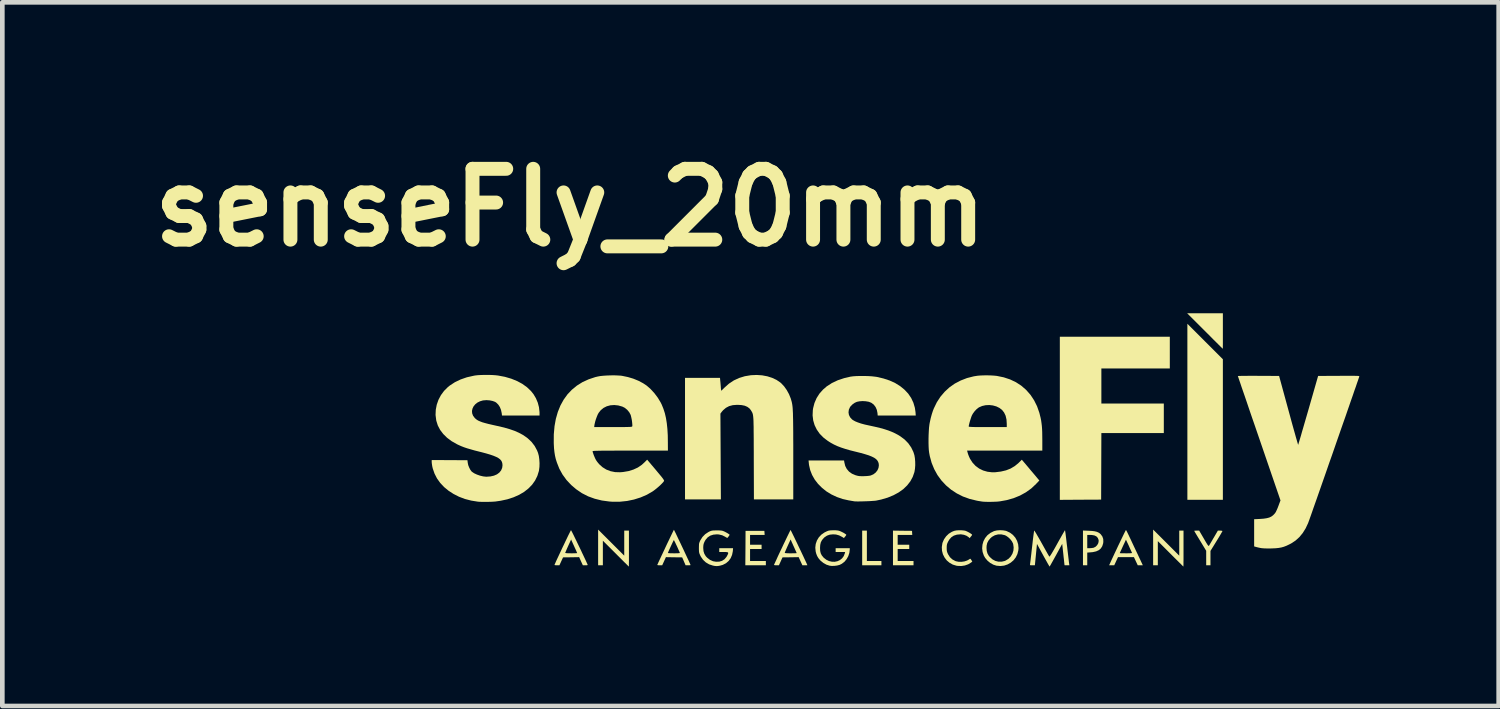
<source format=kicad_pcb>
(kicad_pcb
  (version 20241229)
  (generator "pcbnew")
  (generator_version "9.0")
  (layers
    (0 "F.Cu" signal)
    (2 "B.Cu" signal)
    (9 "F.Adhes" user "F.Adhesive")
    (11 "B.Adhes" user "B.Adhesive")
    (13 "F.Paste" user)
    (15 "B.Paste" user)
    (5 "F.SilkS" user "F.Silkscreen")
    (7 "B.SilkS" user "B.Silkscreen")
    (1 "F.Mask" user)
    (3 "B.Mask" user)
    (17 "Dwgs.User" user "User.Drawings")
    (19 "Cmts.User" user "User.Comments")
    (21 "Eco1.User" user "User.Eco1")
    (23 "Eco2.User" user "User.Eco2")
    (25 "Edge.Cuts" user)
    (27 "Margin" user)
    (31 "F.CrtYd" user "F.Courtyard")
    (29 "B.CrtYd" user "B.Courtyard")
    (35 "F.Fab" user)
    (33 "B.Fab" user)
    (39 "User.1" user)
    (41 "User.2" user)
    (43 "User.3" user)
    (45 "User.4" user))
  (footprint "senseFly_20mm"
    (layer "F.Cu")
    (at 16.224 6.418)
    (property "Reference" "senseFly_20mm" (at -7 -5 0) (layer "F.SilkS") (effects (font (size 1.524 1.524) (thickness 0.3))))
    (attr board_only exclude_from_pos_files exclude_from_bom)
    (fp_poly (pts (xy 6.663 -2.118) (xy 7.045 -1.736) (xy 7.045 1.289) (xy 6.281 1.289) (xy 6.281 -2.5)) (stroke (width 0) (type solid)) (fill yes) (layer "F.SilkS"))
    (fp_poly (pts (xy -0.617 2.606) (xy -0.304 2.606) (xy -0.304 2.698) (xy -0.718 2.698) (xy -0.718 1.952) (xy -0.617 1.952)) (stroke (width 0) (type solid)) (fill yes) (layer "F.SilkS"))
    (fp_poly (pts (xy 5.903 -1.538) (xy 4.43 -1.538) (xy 4.43 -0.783) (xy 5.774 -0.783) (xy 5.774 -0.147) (xy 4.43 -0.147) (xy 4.425 1.285) (xy 3.981 1.287) (xy 3.536 1.29) (xy 3.536 -2.22) (xy 5.903 -2.22)) (stroke (width 0) (type solid)) (fill yes) (layer "F.SilkS"))
    (fp_poly (pts (xy -2.82 2.001) (xy -2.817 2.045) (xy -3.131 2.045) (xy -3.131 2.256) (xy -2.883 2.256) (xy -2.883 2.348) (xy -3.131 2.348) (xy -3.131 2.606) (xy -2.791 2.606) (xy -2.791 2.698) (xy -3.233 2.698) (xy -3.23 2.328) (xy -3.228 1.957) (xy -2.823 1.957)) (stroke (width 0) (type solid)) (fill yes) (layer "F.SilkS"))
    (fp_poly (pts (xy 0.15 1.955) (xy 0.355 1.957) (xy 0.357 2.001) (xy 0.36 2.045) (xy 0.046 2.045) (xy 0.046 2.256) (xy 0.295 2.256) (xy 0.295 2.348) (xy 0.046 2.348) (xy 0.046 2.606) (xy 0.387 2.606) (xy 0.387 2.698) (xy -0.055 2.698) (xy -0.055 1.952)) (stroke (width 0) (type solid)) (fill yes) (layer "F.SilkS"))
    (fp_poly (pts (xy 7.045 -2.344) (xy 7.045 -2.262) (xy 7.045 -2.186) (xy 7.045 -2.118) (xy 7.045 -2.06) (xy 7.044 -2.014) (xy 7.044 -1.981) (xy 7.043 -1.964) (xy 7.043 -1.962) (xy 7.036 -1.968) (xy 7.018 -1.986) (xy 6.988 -2.015) (xy 6.949 -2.054) (xy 6.902 -2.101) (xy 6.847 -2.155) (xy 6.787 -2.216) (xy 6.721 -2.282) (xy 6.659 -2.344) (xy 6.276 -2.726) (xy 7.045 -2.726)) (stroke (width 0) (type solid)) (fill yes) (layer "F.SilkS"))
    (fp_poly (pts (xy -6.12 2.21) (xy -5.839 2.491) (xy -5.839 1.952) (xy -5.738 1.952) (xy -5.738 2.339) (xy -5.738 2.422) (xy -5.738 2.498) (xy -5.738 2.567) (xy -5.738 2.625) (xy -5.739 2.672) (xy -5.739 2.706) (xy -5.74 2.723) (xy -5.74 2.726) (xy -5.747 2.72) (xy -5.765 2.702) (xy -5.794 2.673) (xy -5.832 2.636) (xy -5.877 2.591) (xy -5.929 2.539) (xy -5.985 2.483) (xy -6.021 2.447) (xy -6.299 2.169) (xy -6.299 2.698) (xy -6.401 2.698) (xy -6.401 1.93)) (stroke (width 0) (type solid)) (fill yes) (layer "F.SilkS"))
    (fp_poly (pts (xy 5.825 2.21) (xy 6.106 2.491) (xy 6.106 1.952) (xy 6.198 1.952) (xy 6.198 2.339) (xy 6.198 2.422) (xy 6.198 2.498) (xy 6.198 2.567) (xy 6.197 2.625) (xy 6.197 2.672) (xy 6.196 2.706) (xy 6.196 2.723) (xy 6.196 2.726) (xy 6.189 2.72) (xy 6.17 2.702) (xy 6.142 2.673) (xy 6.104 2.636) (xy 6.059 2.591) (xy 6.007 2.54) (xy 5.951 2.484) (xy 5.919 2.452) (xy 5.645 2.178) (xy 5.645 2.698) (xy 5.544 2.698) (xy 5.544 1.93)) (stroke (width 0) (type solid)) (fill yes) (layer "F.SilkS"))
    (fp_poly (pts (xy 4.156 1.955) (xy 4.228 1.959) (xy 4.284 1.966) (xy 4.329 1.977) (xy 4.365 1.992) (xy 4.396 2.012) (xy 4.416 2.03) (xy 4.451 2.078) (xy 4.47 2.133) (xy 4.472 2.196) (xy 4.468 2.227) (xy 4.449 2.287) (xy 4.418 2.336) (xy 4.374 2.373) (xy 4.317 2.399) (xy 4.245 2.415) (xy 4.202 2.419) (xy 4.126 2.425) (xy 4.126 2.698) (xy 4.034 2.698) (xy 4.034 2.045) (xy 4.126 2.045) (xy 4.126 2.33) (xy 4.18 2.33) (xy 4.216 2.328) (xy 4.249 2.323) (xy 4.265 2.32) (xy 4.308 2.297) (xy 4.341 2.263) (xy 4.364 2.221) (xy 4.372 2.176) (xy 4.37 2.152) (xy 4.353 2.109) (xy 4.324 2.077) (xy 4.281 2.056) (xy 4.224 2.046) (xy 4.193 2.045) (xy 4.126 2.045) (xy 4.034 2.045) (xy 4.034 1.95)) (stroke (width 0) (type solid)) (fill yes) (layer "F.SilkS"))
    (fp_poly (pts (xy 6.635 2.123) (xy 6.668 2.18) (xy 6.693 2.222) (xy 6.712 2.252) (xy 6.725 2.27) (xy 6.735 2.28) (xy 6.741 2.281) (xy 6.746 2.278) (xy 6.746 2.278) (xy 6.754 2.265) (xy 6.769 2.239) (xy 6.791 2.202) (xy 6.817 2.158) (xy 6.845 2.109) (xy 6.847 2.107) (xy 6.937 1.952) (xy 6.987 1.952) (xy 7.014 1.954) (xy 7.032 1.958) (xy 7.036 1.962) (xy 7.031 1.972) (xy 7.018 1.995) (xy 6.998 2.03) (xy 6.972 2.074) (xy 6.941 2.125) (xy 6.907 2.18) (xy 6.778 2.389) (xy 6.778 2.698) (xy 6.686 2.698) (xy 6.686 2.386) (xy 6.557 2.173) (xy 6.523 2.117) (xy 6.492 2.066) (xy 6.466 2.023) (xy 6.446 1.989) (xy 6.433 1.966) (xy 6.428 1.957) (xy 6.428 1.957) (xy 6.437 1.954) (xy 6.458 1.953) (xy 6.482 1.952) (xy 6.535 1.952)) (stroke (width 0) (type solid)) (fill yes) (layer "F.SilkS"))
    (fp_poly (pts (xy 4.961 1.941) (xy 4.965 1.947) (xy 4.972 1.959) (xy 4.982 1.978) (xy 4.995 2.004) (xy 5.012 2.039) (xy 5.033 2.084) (xy 5.06 2.14) (xy 5.092 2.209) (xy 5.13 2.29) (xy 5.175 2.385) (xy 5.227 2.495) (xy 5.25 2.544) (xy 5.322 2.698) (xy 5.213 2.698) (xy 5.172 2.611) (xy 5.131 2.523) (xy 4.788 2.523) (xy 4.707 2.698) (xy 4.597 2.698) (xy 4.621 2.645) (xy 4.652 2.577) (xy 4.686 2.504) (xy 4.717 2.437) (xy 4.826 2.437) (xy 4.834 2.438) (xy 4.858 2.439) (xy 4.894 2.44) (xy 4.939 2.44) (xy 4.96 2.441) (xy 5.007 2.44) (xy 5.046 2.439) (xy 5.075 2.437) (xy 5.089 2.435) (xy 5.09 2.434) (xy 5.086 2.423) (xy 5.075 2.399) (xy 5.059 2.364) (xy 5.039 2.321) (xy 5.024 2.286) (xy 5.003 2.24) (xy 4.984 2.201) (xy 4.97 2.17) (xy 4.961 2.152) (xy 4.959 2.148) (xy 4.954 2.157) (xy 4.944 2.179) (xy 4.929 2.212) (xy 4.911 2.25) (xy 4.891 2.293) (xy 4.872 2.335) (xy 4.854 2.374) (xy 4.839 2.406) (xy 4.829 2.428) (xy 4.826 2.437) (xy 4.826 2.437) (xy 4.717 2.437) (xy 4.721 2.429) (xy 4.757 2.353) (xy 4.792 2.278) (xy 4.827 2.206) (xy 4.859 2.139) (xy 4.888 2.079) (xy 4.913 2.027) (xy 4.934 1.985) (xy 4.949 1.956) (xy 4.957 1.941) (xy 4.959 1.939)) (stroke (width 0) (type solid)) (fill yes) (layer "F.SilkS"))
    (fp_poly (pts (xy 1.421 1.945) (xy 1.474 1.95) (xy 1.505 1.956) (xy 1.531 1.967) (xy 1.562 1.982) (xy 1.594 2) (xy 1.621 2.017) (xy 1.641 2.032) (xy 1.648 2.042) (xy 1.643 2.053) (xy 1.629 2.072) (xy 1.621 2.081) (xy 1.595 2.114) (xy 1.573 2.093) (xy 1.528 2.063) (xy 1.472 2.042) (xy 1.409 2.032) (xy 1.395 2.032) (xy 1.319 2.039) (xy 1.254 2.06) (xy 1.2 2.096) (xy 1.155 2.148) (xy 1.131 2.19) (xy 1.115 2.224) (xy 1.106 2.253) (xy 1.102 2.284) (xy 1.101 2.325) (xy 1.102 2.366) (xy 1.106 2.397) (xy 1.115 2.426) (xy 1.13 2.46) (xy 1.131 2.462) (xy 1.171 2.524) (xy 1.223 2.572) (xy 1.286 2.606) (xy 1.299 2.611) (xy 1.357 2.623) (xy 1.419 2.624) (xy 1.482 2.615) (xy 1.54 2.596) (xy 1.587 2.57) (xy 1.595 2.563) (xy 1.605 2.557) (xy 1.614 2.561) (xy 1.627 2.578) (xy 1.631 2.584) (xy 1.652 2.618) (xy 1.625 2.64) (xy 1.564 2.677) (xy 1.493 2.702) (xy 1.416 2.714) (xy 1.337 2.711) (xy 1.31 2.707) (xy 1.231 2.683) (xy 1.162 2.644) (xy 1.102 2.593) (xy 1.055 2.531) (xy 1.02 2.462) (xy 1 2.386) (xy 0.996 2.307) (xy 1.008 2.226) (xy 1.013 2.208) (xy 1.044 2.138) (xy 1.089 2.074) (xy 1.146 2.019) (xy 1.212 1.978) (xy 1.264 1.957) (xy 1.309 1.948) (xy 1.364 1.944)) (stroke (width 0) (type solid)) (fill yes) (layer "F.SilkS"))
    (fp_poly (pts (xy 2.312 1.946) (xy 2.372 1.956) (xy 2.388 1.961) (xy 2.462 1.996) (xy 2.526 2.044) (xy 2.578 2.104) (xy 2.616 2.173) (xy 2.639 2.248) (xy 2.647 2.328) (xy 2.643 2.376) (xy 2.623 2.456) (xy 2.588 2.528) (xy 2.54 2.59) (xy 2.48 2.641) (xy 2.412 2.68) (xy 2.337 2.705) (xy 2.257 2.714) (xy 2.174 2.707) (xy 2.173 2.707) (xy 2.105 2.685) (xy 2.038 2.648) (xy 1.979 2.599) (xy 1.93 2.541) (xy 1.901 2.491) (xy 1.874 2.412) (xy 1.864 2.333) (xy 1.865 2.325) (xy 1.958 2.325) (xy 1.963 2.39) (xy 1.979 2.445) (xy 2.007 2.494) (xy 2.031 2.522) (xy 2.086 2.571) (xy 2.148 2.604) (xy 2.215 2.621) (xy 2.283 2.621) (xy 2.351 2.605) (xy 2.371 2.596) (xy 2.432 2.558) (xy 2.48 2.508) (xy 2.516 2.448) (xy 2.537 2.382) (xy 2.542 2.313) (xy 2.532 2.242) (xy 2.526 2.224) (xy 2.503 2.18) (xy 2.467 2.134) (xy 2.424 2.094) (xy 2.378 2.062) (xy 2.348 2.049) (xy 2.276 2.033) (xy 2.205 2.034) (xy 2.137 2.052) (xy 2.076 2.086) (xy 2.042 2.116) (xy 2 2.167) (xy 1.973 2.219) (xy 1.96 2.278) (xy 1.958 2.325) (xy 1.865 2.325) (xy 1.871 2.255) (xy 1.892 2.181) (xy 1.928 2.112) (xy 1.977 2.052) (xy 2.039 2.003) (xy 2.112 1.966) (xy 2.124 1.961) (xy 2.181 1.948) (xy 2.246 1.943)) (stroke (width 0) (type solid)) (fill yes) (layer "F.SilkS"))
    (fp_poly (pts (xy -1.289 1.945) (xy -1.239 1.95) (xy -1.214 1.956) (xy -1.187 1.966) (xy -1.155 1.981) (xy -1.121 1.998) (xy -1.092 2.016) (xy -1.07 2.031) (xy -1.059 2.042) (xy -1.059 2.043) (xy -1.065 2.054) (xy -1.078 2.072) (xy -1.085 2.081) (xy -1.111 2.112) (xy -1.147 2.089) (xy -1.213 2.055) (xy -1.28 2.036) (xy -1.345 2.032) (xy -1.415 2.039) (xy -1.475 2.06) (xy -1.529 2.096) (xy -1.544 2.111) (xy -1.582 2.155) (xy -1.608 2.204) (xy -1.621 2.26) (xy -1.625 2.325) (xy -1.622 2.389) (xy -1.61 2.44) (xy -1.588 2.484) (xy -1.553 2.527) (xy -1.546 2.535) (xy -1.491 2.578) (xy -1.432 2.607) (xy -1.371 2.621) (xy -1.31 2.623) (xy -1.251 2.611) (xy -1.197 2.586) (xy -1.151 2.549) (xy -1.115 2.501) (xy -1.092 2.442) (xy -1.091 2.438) (xy -1.085 2.413) (xy -1.289 2.413) (xy -1.289 2.33) (xy -0.985 2.33) (xy -0.985 2.357) (xy -0.994 2.431) (xy -1.017 2.501) (xy -1.053 2.566) (xy -1.099 2.622) (xy -1.155 2.665) (xy -1.202 2.689) (xy -1.256 2.703) (xy -1.316 2.711) (xy -1.376 2.712) (xy -1.418 2.707) (xy -1.487 2.685) (xy -1.553 2.648) (xy -1.611 2.601) (xy -1.621 2.591) (xy -1.661 2.543) (xy -1.688 2.497) (xy -1.708 2.445) (xy -1.719 2.401) (xy -1.727 2.319) (xy -1.718 2.24) (xy -1.692 2.165) (xy -1.652 2.098) (xy -1.597 2.039) (xy -1.53 1.992) (xy -1.512 1.983) (xy -1.477 1.966) (xy -1.449 1.955) (xy -1.421 1.949) (xy -1.385 1.946) (xy -1.353 1.945)) (stroke (width 0) (type solid)) (fill yes) (layer "F.SilkS"))
    (fp_poly (pts (xy -2.254 1.947) (xy -2.243 1.969) (xy -2.225 2.005) (xy -2.203 2.05) (xy -2.176 2.105) (xy -2.147 2.166) (xy -2.115 2.232) (xy -2.083 2.3) (xy -2.05 2.368) (xy -2.018 2.436) (xy -1.988 2.499) (xy -1.961 2.557) (xy -1.937 2.608) (xy -1.918 2.649) (xy -1.905 2.678) (xy -1.898 2.694) (xy -1.897 2.696) (xy -1.906 2.697) (xy -1.927 2.698) (xy -1.951 2.698) (xy -2.005 2.698) (xy -2.045 2.611) (xy -2.085 2.523) (xy -2.259 2.526) (xy -2.433 2.528) (xy -2.471 2.613) (xy -2.51 2.698) (xy -2.563 2.698) (xy -2.591 2.697) (xy -2.61 2.694) (xy -2.616 2.691) (xy -2.612 2.681) (xy -2.601 2.656) (xy -2.584 2.619) (xy -2.562 2.572) (xy -2.537 2.516) (xy -2.508 2.454) (xy -2.497 2.431) (xy -2.385 2.431) (xy -2.376 2.435) (xy -2.35 2.438) (xy -2.307 2.44) (xy -2.256 2.441) (xy -2.21 2.44) (xy -2.171 2.44) (xy -2.143 2.438) (xy -2.128 2.437) (xy -2.127 2.437) (xy -2.131 2.427) (xy -2.141 2.404) (xy -2.156 2.371) (xy -2.174 2.331) (xy -2.179 2.319) (xy -2.2 2.274) (xy -2.218 2.233) (xy -2.234 2.199) (xy -2.243 2.176) (xy -2.244 2.174) (xy -2.258 2.143) (xy -2.322 2.282) (xy -2.343 2.329) (xy -2.361 2.371) (xy -2.375 2.403) (xy -2.383 2.425) (xy -2.385 2.431) (xy -2.497 2.431) (xy -2.477 2.388) (xy -2.444 2.32) (xy -2.412 2.251) (xy -2.38 2.185) (xy -2.35 2.122) (xy -2.323 2.066) (xy -2.299 2.017) (xy -2.28 1.978) (xy -2.267 1.952) (xy -2.26 1.939) (xy -2.259 1.939)) (stroke (width 0) (type solid)) (fill yes) (layer "F.SilkS"))
    (fp_poly (pts (xy -6.98 1.95) (xy -6.968 1.972) (xy -6.95 2.007) (xy -6.927 2.053) (xy -6.901 2.107) (xy -6.871 2.168) (xy -6.84 2.233) (xy -6.807 2.301) (xy -6.774 2.369) (xy -6.743 2.436) (xy -6.713 2.499) (xy -6.686 2.556) (xy -6.663 2.605) (xy -6.645 2.645) (xy -6.632 2.673) (xy -6.628 2.684) (xy -6.627 2.692) (xy -6.637 2.697) (xy -6.659 2.698) (xy -6.676 2.698) (xy -6.73 2.698) (xy -6.77 2.611) (xy -6.809 2.523) (xy -6.983 2.526) (xy -7.156 2.528) (xy -7.195 2.613) (xy -7.234 2.698) (xy -7.287 2.698) (xy -7.316 2.697) (xy -7.335 2.694) (xy -7.34 2.691) (xy -7.336 2.68) (xy -7.325 2.655) (xy -7.309 2.618) (xy -7.287 2.57) (xy -7.261 2.515) (xy -7.232 2.453) (xy -7.222 2.432) (xy -7.11 2.432) (xy -7.101 2.435) (xy -7.077 2.438) (xy -7.041 2.44) (xy -6.995 2.44) (xy -6.981 2.441) (xy -6.935 2.44) (xy -6.896 2.439) (xy -6.867 2.438) (xy -6.853 2.436) (xy -6.852 2.436) (xy -6.856 2.426) (xy -6.866 2.403) (xy -6.88 2.369) (xy -6.899 2.329) (xy -6.904 2.318) (xy -6.924 2.273) (xy -6.943 2.232) (xy -6.958 2.198) (xy -6.968 2.176) (xy -6.969 2.175) (xy -6.982 2.143) (xy -7.046 2.283) (xy -7.067 2.33) (xy -7.085 2.372) (xy -7.099 2.405) (xy -7.108 2.426) (xy -7.11 2.432) (xy -7.222 2.432) (xy -7.201 2.387) (xy -7.169 2.318) (xy -7.136 2.25) (xy -7.105 2.184) (xy -7.075 2.122) (xy -7.048 2.065) (xy -7.024 2.017) (xy -7.005 1.979) (xy -6.992 1.954) (xy -6.985 1.942) (xy -6.985 1.942)) (stroke (width 0) (type solid)) (fill yes) (layer "F.SilkS"))
    (fp_poly (pts (xy -4.765 1.942) (xy -4.754 1.965) (xy -4.736 2) (xy -4.714 2.046) (xy -4.688 2.101) (xy -4.659 2.162) (xy -4.627 2.228) (xy -4.595 2.296) (xy -4.562 2.365) (xy -4.531 2.432) (xy -4.501 2.496) (xy -4.474 2.554) (xy -4.45 2.604) (xy -4.432 2.645) (xy -4.419 2.675) (xy -4.412 2.691) (xy -4.411 2.693) (xy -4.42 2.696) (xy -4.441 2.698) (xy -4.465 2.698) (xy -4.519 2.698) (xy -4.555 2.613) (xy -4.592 2.528) (xy -4.767 2.526) (xy -4.942 2.523) (xy -4.982 2.611) (xy -5.022 2.698) (xy -5.076 2.698) (xy -5.105 2.697) (xy -5.123 2.694) (xy -5.128 2.69) (xy -5.121 2.675) (xy -5.108 2.645) (xy -5.089 2.604) (xy -5.065 2.553) (xy -5.038 2.495) (xy -5.009 2.434) (xy -4.9 2.434) (xy -4.891 2.436) (xy -4.867 2.438) (xy -4.831 2.44) (xy -4.787 2.44) (xy -4.771 2.441) (xy -4.724 2.44) (xy -4.685 2.439) (xy -4.657 2.437) (xy -4.643 2.435) (xy -4.642 2.434) (xy -4.645 2.423) (xy -4.655 2.399) (xy -4.67 2.366) (xy -4.687 2.327) (xy -4.706 2.285) (xy -4.726 2.244) (xy -4.743 2.207) (xy -4.758 2.178) (xy -4.767 2.16) (xy -4.771 2.155) (xy -4.776 2.163) (xy -4.787 2.184) (xy -4.802 2.216) (xy -4.82 2.254) (xy -4.839 2.295) (xy -4.858 2.337) (xy -4.875 2.374) (xy -4.889 2.406) (xy -4.897 2.427) (xy -4.9 2.434) (xy -5.009 2.434) (xy -5.008 2.431) (xy -4.976 2.364) (xy -4.944 2.295) (xy -4.912 2.227) (xy -4.88 2.161) (xy -4.851 2.1) (xy -4.825 2.046) (xy -4.803 2) (xy -4.786 1.965) (xy -4.774 1.942) (xy -4.77 1.934)) (stroke (width 0) (type solid)) (fill yes) (layer "F.SilkS"))
    (fp_poly (pts (xy -2.871 -1.39) (xy -2.759 -1.369) (xy -2.656 -1.336) (xy -2.562 -1.292) (xy -2.481 -1.237) (xy -2.46 -1.219) (xy -2.398 -1.153) (xy -2.342 -1.074) (xy -2.293 -0.985) (xy -2.255 -0.891) (xy -2.234 -0.818) (xy -2.229 -0.794) (xy -2.224 -0.768) (xy -2.22 -0.74) (xy -2.216 -0.707) (xy -2.213 -0.668) (xy -2.211 -0.624) (xy -2.208 -0.572) (xy -2.207 -0.511) (xy -2.205 -0.441) (xy -2.204 -0.359) (xy -2.203 -0.266) (xy -2.202 -0.159) (xy -2.202 -0.038) (xy -2.201 0.098) (xy -2.201 0.251) (xy -2.201 0.366) (xy -2.201 1.28) (xy -3.048 1.28) (xy -3.051 0.394) (xy -3.051 0.242) (xy -3.052 0.108) (xy -3.052 -0.011) (xy -3.053 -0.114) (xy -3.054 -0.203) (xy -3.054 -0.28) (xy -3.056 -0.345) (xy -3.057 -0.4) (xy -3.059 -0.446) (xy -3.062 -0.484) (xy -3.065 -0.514) (xy -3.069 -0.539) (xy -3.073 -0.559) (xy -3.079 -0.576) (xy -3.085 -0.591) (xy -3.092 -0.604) (xy -3.1 -0.617) (xy -3.109 -0.632) (xy -3.11 -0.635) (xy -3.145 -0.679) (xy -3.19 -0.712) (xy -3.245 -0.736) (xy -3.314 -0.75) (xy -3.397 -0.755) (xy -3.413 -0.755) (xy -3.503 -0.748) (xy -3.582 -0.727) (xy -3.65 -0.691) (xy -3.71 -0.64) (xy -3.738 -0.608) (xy -3.769 -0.566) (xy -3.759 1.28) (xy -4.531 1.28) (xy -4.531 -1.335) (xy -3.778 -1.335) (xy -3.773 -1.278) (xy -3.769 -1.24) (xy -3.765 -1.193) (xy -3.761 -1.146) (xy -3.761 -1.14) (xy -3.758 -1.104) (xy -3.754 -1.076) (xy -3.752 -1.061) (xy -3.751 -1.059) (xy -3.743 -1.065) (xy -3.725 -1.082) (xy -3.701 -1.106) (xy -3.681 -1.126) (xy -3.585 -1.211) (xy -3.481 -1.28) (xy -3.367 -1.333) (xy -3.243 -1.371) (xy -3.11 -1.393) (xy -3.107 -1.393) (xy -2.987 -1.398)) (stroke (width 0) (type solid)) (fill yes) (layer "F.SilkS"))
    (fp_poly (pts (xy -3.797 1.948) (xy -3.763 1.95) (xy -3.737 1.953) (xy -3.715 1.959) (xy -3.691 1.969) (xy -3.675 1.976) (xy -3.641 1.994) (xy -3.611 2.011) (xy -3.592 2.024) (xy -3.569 2.042) (xy -3.592 2.076) (xy -3.607 2.096) (xy -3.619 2.108) (xy -3.622 2.109) (xy -3.633 2.104) (xy -3.654 2.093) (xy -3.663 2.086) (xy -3.729 2.053) (xy -3.801 2.035) (xy -3.845 2.032) (xy -3.921 2.039) (xy -3.987 2.06) (xy -4.043 2.097) (xy -4.088 2.149) (xy -4.113 2.194) (xy -4.127 2.229) (xy -4.135 2.26) (xy -4.138 2.296) (xy -4.139 2.325) (xy -4.133 2.394) (xy -4.115 2.451) (xy -4.084 2.503) (xy -4.054 2.535) (xy -3.995 2.581) (xy -3.928 2.611) (xy -3.864 2.622) (xy -3.794 2.62) (xy -3.733 2.602) (xy -3.681 2.568) (xy -3.64 2.52) (xy -3.626 2.496) (xy -3.609 2.462) (xy -3.601 2.438) (xy -3.604 2.424) (xy -3.619 2.416) (xy -3.649 2.413) (xy -3.696 2.413) (xy -3.794 2.413) (xy -3.794 2.33) (xy -3.497 2.33) (xy -3.502 2.395) (xy -3.518 2.474) (xy -3.548 2.545) (xy -3.592 2.605) (xy -3.649 2.654) (xy -3.717 2.689) (xy -3.78 2.707) (xy -3.823 2.714) (xy -3.858 2.715) (xy -3.893 2.712) (xy -3.932 2.704) (xy -4.012 2.678) (xy -4.083 2.636) (xy -4.143 2.58) (xy -4.191 2.511) (xy -4.202 2.489) (xy -4.215 2.46) (xy -4.224 2.436) (xy -4.229 2.411) (xy -4.231 2.381) (xy -4.232 2.339) (xy -4.232 2.325) (xy -4.231 2.28) (xy -4.23 2.247) (xy -4.226 2.222) (xy -4.218 2.199) (xy -4.207 2.173) (xy -4.201 2.161) (xy -4.156 2.09) (xy -4.097 2.029) (xy -4.026 1.982) (xy -4.018 1.978) (xy -3.991 1.965) (xy -3.968 1.957) (xy -3.946 1.952) (xy -3.919 1.949) (xy -3.881 1.948) (xy -3.845 1.948)) (stroke (width 0) (type solid)) (fill yes) (layer "F.SilkS"))
    (fp_poly (pts (xy 3.649 1.952) (xy 3.653 1.977) (xy 3.659 2.017) (xy 3.665 2.068) (xy 3.673 2.131) (xy 3.681 2.201) (xy 3.69 2.278) (xy 3.692 2.291) (xy 3.701 2.37) (xy 3.71 2.445) (xy 3.718 2.512) (xy 3.725 2.57) (xy 3.73 2.617) (xy 3.734 2.65) (xy 3.737 2.668) (xy 3.737 2.668) (xy 3.741 2.698) (xy 3.69 2.698) (xy 3.661 2.698) (xy 3.642 2.697) (xy 3.637 2.696) (xy 3.636 2.687) (xy 3.633 2.661) (xy 3.629 2.623) (xy 3.624 2.574) (xy 3.617 2.516) (xy 3.612 2.465) (xy 3.587 2.237) (xy 3.454 2.481) (xy 3.42 2.542) (xy 3.389 2.598) (xy 3.362 2.646) (xy 3.341 2.684) (xy 3.325 2.711) (xy 3.317 2.724) (xy 3.315 2.726) (xy 3.31 2.718) (xy 3.297 2.696) (xy 3.277 2.662) (xy 3.252 2.617) (xy 3.223 2.565) (xy 3.19 2.506) (xy 3.177 2.482) (xy 3.044 2.238) (xy 2.999 2.698) (xy 2.944 2.698) (xy 2.914 2.698) (xy 2.899 2.696) (xy 2.893 2.689) (xy 2.895 2.676) (xy 2.895 2.673) (xy 2.897 2.658) (xy 2.901 2.628) (xy 2.907 2.583) (xy 2.913 2.526) (xy 2.921 2.46) (xy 2.929 2.387) (xy 2.938 2.309) (xy 2.939 2.302) (xy 2.948 2.225) (xy 2.956 2.152) (xy 2.964 2.088) (xy 2.971 2.034) (xy 2.977 1.991) (xy 2.981 1.963) (xy 2.984 1.95) (xy 2.984 1.95) (xy 2.99 1.956) (xy 3.003 1.976) (xy 3.024 2.009) (xy 3.049 2.053) (xy 3.08 2.106) (xy 3.114 2.166) (xy 3.145 2.221) (xy 3.182 2.287) (xy 3.216 2.348) (xy 3.246 2.402) (xy 3.272 2.448) (xy 3.292 2.482) (xy 3.305 2.504) (xy 3.31 2.511) (xy 3.315 2.51) (xy 3.325 2.498) (xy 3.341 2.475) (xy 3.363 2.44) (xy 3.391 2.392) (xy 3.427 2.33) (xy 3.47 2.253) (xy 3.481 2.233) (xy 3.518 2.166) (xy 3.553 2.105) (xy 3.583 2.051) (xy 3.609 2.006) (xy 3.629 1.972) (xy 3.642 1.95) (xy 3.647 1.943)) (stroke (width 0) (type solid)) (fill yes) (layer "F.SilkS"))
    (fp_poly (pts (xy 9.853 -1.38) (xy 9.897 -1.379) (xy 9.929 -1.379) (xy 9.952 -1.377) (xy 9.968 -1.376) (xy 9.977 -1.373) (xy 9.981 -1.37) (xy 9.981 -1.367) (xy 9.981 -1.365) (xy 9.977 -1.352) (xy 9.967 -1.323) (xy 9.952 -1.278) (xy 9.931 -1.219) (xy 9.907 -1.147) (xy 9.877 -1.064) (xy 9.845 -0.969) (xy 9.808 -0.864) (xy 9.769 -0.751) (xy 9.727 -0.63) (xy 9.683 -0.502) (xy 9.636 -0.369) (xy 9.588 -0.232) (xy 9.539 -0.091) (xy 9.489 0.052) (xy 9.439 0.197) (xy 9.389 0.341) (xy 9.338 0.484) (xy 9.289 0.626) (xy 9.241 0.764) (xy 9.194 0.898) (xy 9.149 1.027) (xy 9.106 1.149) (xy 9.066 1.264) (xy 9.028 1.371) (xy 8.994 1.467) (xy 8.964 1.554) (xy 8.938 1.628) (xy 8.916 1.689) (xy 8.899 1.737) (xy 8.887 1.769) (xy 8.881 1.786) (xy 8.881 1.787) (xy 8.826 1.904) (xy 8.763 2.005) (xy 8.691 2.092) (xy 8.609 2.166) (xy 8.515 2.228) (xy 8.47 2.251) (xy 8.411 2.279) (xy 8.356 2.3) (xy 8.302 2.315) (xy 8.244 2.325) (xy 8.177 2.332) (xy 8.098 2.335) (xy 8.077 2.336) (xy 7.995 2.336) (xy 7.931 2.334) (xy 7.881 2.33) (xy 7.856 2.326) (xy 7.817 2.318) (xy 7.779 2.309) (xy 7.757 2.303) (xy 7.718 2.292) (xy 7.718 1.707) (xy 7.84 1.701) (xy 7.922 1.695) (xy 7.988 1.685) (xy 8.042 1.671) (xy 8.087 1.65) (xy 8.124 1.623) (xy 8.129 1.618) (xy 8.15 1.597) (xy 8.168 1.576) (xy 8.185 1.55) (xy 8.201 1.516) (xy 8.22 1.473) (xy 8.243 1.415) (xy 8.246 1.405) (xy 8.285 1.302) (xy 7.827 -0.033) (xy 7.775 -0.184) (xy 7.725 -0.33) (xy 7.676 -0.471) (xy 7.63 -0.605) (xy 7.587 -0.732) (xy 7.547 -0.85) (xy 7.51 -0.958) (xy 7.476 -1.056) (xy 7.446 -1.143) (xy 7.421 -1.218) (xy 7.4 -1.279) (xy 7.384 -1.326) (xy 7.374 -1.357) (xy 7.368 -1.373) (xy 7.368 -1.375) (xy 7.377 -1.376) (xy 7.402 -1.377) (xy 7.443 -1.378) (xy 7.496 -1.379) (xy 7.561 -1.379) (xy 7.635 -1.38) (xy 7.717 -1.38) (xy 7.805 -1.379) (xy 7.811 -1.379) (xy 8.255 -1.377) (xy 8.458 -0.633) (xy 8.489 -0.52) (xy 8.518 -0.413) (xy 8.546 -0.311) (xy 8.572 -0.218) (xy 8.596 -0.134) (xy 8.616 -0.061) (xy 8.634 0.001) (xy 8.648 0.049) (xy 8.658 0.084) (xy 8.664 0.102) (xy 8.665 0.105) (xy 8.669 0.096) (xy 8.676 0.07) (xy 8.689 0.029) (xy 8.705 -0.025) (xy 8.725 -0.092) (xy 8.747 -0.171) (xy 8.773 -0.259) (xy 8.801 -0.356) (xy 8.831 -0.459) (xy 8.863 -0.569) (xy 8.883 -0.638) (xy 9.095 -1.377) (xy 9.54 -1.379) (xy 9.642 -1.38) (xy 9.728 -1.38) (xy 9.797 -1.38)) (stroke (width 0) (type solid)) (fill yes) (layer "F.SilkS"))
    (fp_poly (pts (xy 2.045 -1.388) (xy 2.117 -1.384) (xy 2.177 -1.378) (xy 2.183 -1.377) (xy 2.329 -1.347) (xy 2.465 -1.302) (xy 2.591 -1.242) (xy 2.705 -1.168) (xy 2.807 -1.08) (xy 2.814 -1.073) (xy 2.906 -0.968) (xy 2.983 -0.851) (xy 3.046 -0.724) (xy 3.095 -0.584) (xy 3.122 -0.477) (xy 3.134 -0.417) (xy 3.142 -0.359) (xy 3.149 -0.3) (xy 3.154 -0.235) (xy 3.157 -0.161) (xy 3.158 -0.076) (xy 3.159 0.002) (xy 3.159 0.23) (xy 1.54 0.23) (xy 1.554 0.283) (xy 1.565 0.317) (xy 1.582 0.36) (xy 1.601 0.401) (xy 1.604 0.407) (xy 1.657 0.489) (xy 1.722 0.559) (xy 1.799 0.616) (xy 1.885 0.658) (xy 1.979 0.685) (xy 2.08 0.697) (xy 2.144 0.696) (xy 2.267 0.681) (xy 2.378 0.655) (xy 2.477 0.616) (xy 2.566 0.563) (xy 2.646 0.497) (xy 2.651 0.492) (xy 2.718 0.426) (xy 2.867 0.602) (xy 2.91 0.654) (xy 2.952 0.703) (xy 2.99 0.748) (xy 3.022 0.786) (xy 3.045 0.814) (xy 3.055 0.826) (xy 3.095 0.873) (xy 3.023 0.949) (xy 2.921 1.045) (xy 2.805 1.128) (xy 2.678 1.198) (xy 2.54 1.254) (xy 2.391 1.296) (xy 2.247 1.322) (xy 2.192 1.328) (xy 2.124 1.331) (xy 2.051 1.333) (xy 1.979 1.333) (xy 1.914 1.331) (xy 1.883 1.329) (xy 1.859 1.326) (xy 1.822 1.32) (xy 1.778 1.313) (xy 1.747 1.307) (xy 1.595 1.27) (xy 1.451 1.218) (xy 1.318 1.151) (xy 1.196 1.071) (xy 1.086 0.978) (xy 0.988 0.873) (xy 0.903 0.757) (xy 0.833 0.63) (xy 0.777 0.494) (xy 0.737 0.348) (xy 0.723 0.272) (xy 0.716 0.215) (xy 0.712 0.145) (xy 0.71 0.065) (xy 0.71 -0.02) (xy 0.712 -0.106) (xy 0.716 -0.189) (xy 0.721 -0.266) (xy 0.724 -0.289) (xy 1.575 -0.289) (xy 1.577 -0.286) (xy 1.586 -0.283) (xy 1.602 -0.281) (xy 1.628 -0.28) (xy 1.663 -0.278) (xy 1.711 -0.277) (xy 1.772 -0.277) (xy 1.848 -0.276) (xy 1.941 -0.276) (xy 1.985 -0.276) (xy 2.394 -0.276) (xy 2.394 -0.344) (xy 2.388 -0.439) (xy 2.369 -0.521) (xy 2.336 -0.59) (xy 2.293 -0.645) (xy 2.237 -0.688) (xy 2.17 -0.721) (xy 2.095 -0.742) (xy 2.017 -0.751) (xy 1.938 -0.747) (xy 1.863 -0.73) (xy 1.796 -0.701) (xy 1.787 -0.695) (xy 1.745 -0.662) (xy 1.703 -0.618) (xy 1.666 -0.568) (xy 1.645 -0.531) (xy 1.633 -0.502) (xy 1.62 -0.463) (xy 1.606 -0.419) (xy 1.593 -0.375) (xy 1.583 -0.334) (xy 1.576 -0.303) (xy 1.575 -0.289) (xy 0.724 -0.289) (xy 0.729 -0.331) (xy 0.736 -0.371) (xy 0.757 -0.468) (xy 0.78 -0.552) (xy 0.804 -0.626) (xy 0.824 -0.677) (xy 0.888 -0.809) (xy 0.966 -0.929) (xy 1.057 -1.036) (xy 1.16 -1.131) (xy 1.275 -1.212) (xy 1.401 -1.278) (xy 1.537 -1.331) (xy 1.682 -1.368) (xy 1.762 -1.381) (xy 1.82 -1.386) (xy 1.891 -1.389) (xy 1.968 -1.39)) (stroke (width 0) (type solid)) (fill yes) (layer "F.SilkS"))
    (fp_poly (pts (xy -0.677 -1.376) (xy -0.592 -1.374) (xy -0.511 -1.369) (xy -0.44 -1.361) (xy -0.404 -1.356) (xy -0.259 -1.322) (xy -0.126 -1.278) (xy -0.006 -1.223) (xy 0.1 -1.157) (xy 0.193 -1.081) (xy 0.272 -0.997) (xy 0.336 -0.903) (xy 0.384 -0.801) (xy 0.416 -0.692) (xy 0.43 -0.597) (xy 0.435 -0.525) (xy -0.384 -0.525) (xy -0.389 -0.58) (xy -0.403 -0.648) (xy -0.43 -0.709) (xy -0.469 -0.76) (xy -0.518 -0.797) (xy -0.525 -0.801) (xy -0.577 -0.821) (xy -0.641 -0.832) (xy -0.709 -0.836) (xy -0.776 -0.831) (xy -0.831 -0.82) (xy -0.878 -0.799) (xy -0.925 -0.766) (xy -0.965 -0.726) (xy -0.98 -0.706) (xy -1.005 -0.65) (xy -1.012 -0.593) (xy -1.003 -0.538) (xy -0.977 -0.486) (xy -0.937 -0.442) (xy -0.918 -0.428) (xy -0.871 -0.401) (xy -0.813 -0.377) (xy -0.743 -0.353) (xy -0.658 -0.33) (xy -0.561 -0.309) (xy -0.438 -0.282) (xy -0.33 -0.256) (xy -0.236 -0.23) (xy -0.154 -0.203) (xy -0.08 -0.174) (xy -0.012 -0.143) (xy 0.052 -0.109) (xy 0.104 -0.077) (xy 0.196 -0.008) (xy 0.274 0.072) (xy 0.337 0.162) (xy 0.384 0.259) (xy 0.406 0.329) (xy 0.417 0.394) (xy 0.423 0.469) (xy 0.424 0.547) (xy 0.418 0.623) (xy 0.407 0.688) (xy 0.406 0.693) (xy 0.37 0.796) (xy 0.318 0.892) (xy 0.25 0.979) (xy 0.167 1.059) (xy 0.069 1.129) (xy -0.043 1.19) (xy -0.169 1.242) (xy -0.308 1.283) (xy -0.407 1.304) (xy -0.437 1.309) (xy -0.481 1.312) (xy -0.535 1.316) (xy -0.595 1.319) (xy -0.658 1.321) (xy -0.721 1.323) (xy -0.78 1.324) (xy -0.83 1.324) (xy -0.87 1.323) (xy -0.893 1.321) (xy -0.912 1.317) (xy -0.944 1.312) (xy -0.983 1.305) (xy -1.004 1.302) (xy -1.137 1.272) (xy -1.262 1.229) (xy -1.379 1.174) (xy -1.487 1.108) (xy -1.583 1.031) (xy -1.668 0.946) (xy -1.739 0.854) (xy -1.796 0.754) (xy -1.837 0.649) (xy -1.862 0.539) (xy -1.866 0.504) (xy -1.872 0.442) (xy -1.108 0.442) (xy -1.102 0.482) (xy -1.083 0.56) (xy -1.049 0.626) (xy -1.001 0.682) (xy -0.938 0.727) (xy -0.861 0.76) (xy -0.809 0.774) (xy -0.772 0.779) (xy -0.723 0.781) (xy -0.668 0.78) (xy -0.614 0.777) (xy -0.566 0.772) (xy -0.533 0.765) (xy -0.476 0.74) (xy -0.427 0.702) (xy -0.39 0.655) (xy -0.367 0.603) (xy -0.359 0.552) (xy -0.362 0.511) (xy -0.373 0.475) (xy -0.392 0.442) (xy -0.42 0.412) (xy -0.46 0.384) (xy -0.512 0.358) (xy -0.577 0.332) (xy -0.657 0.307) (xy -0.753 0.28) (xy -0.857 0.254) (xy -0.977 0.224) (xy -1.081 0.194) (xy -1.172 0.164) (xy -1.253 0.133) (xy -1.326 0.099) (xy -1.395 0.061) (xy -1.456 0.023) (xy -1.552 -0.051) (xy -1.632 -0.132) (xy -1.695 -0.222) (xy -1.742 -0.318) (xy -1.772 -0.42) (xy -1.785 -0.528) (xy -1.78 -0.64) (xy -1.774 -0.682) (xy -1.745 -0.794) (xy -1.699 -0.9) (xy -1.638 -0.996) (xy -1.561 -1.083) (xy -1.48 -1.153) (xy -1.368 -1.225) (xy -1.243 -1.284) (xy -1.105 -1.33) (xy -0.972 -1.361) (xy -0.914 -1.369) (xy -0.842 -1.374) (xy -0.762 -1.376)) (stroke (width 0) (type solid)) (fill yes) (layer "F.SilkS"))
    (fp_poly (pts (xy -5.979 -1.387) (xy -5.913 -1.383) (xy -5.88 -1.378) (xy -5.76 -1.353) (xy -5.643 -1.318) (xy -5.533 -1.273) (xy -5.433 -1.22) (xy -5.359 -1.171) (xy -5.273 -1.096) (xy -5.191 -1.007) (xy -5.118 -0.91) (xy -5.056 -0.808) (xy -5.033 -0.762) (xy -4.996 -0.671) (xy -4.965 -0.575) (xy -4.941 -0.472) (xy -4.923 -0.359) (xy -4.91 -0.235) (xy -4.902 -0.097) (xy -4.9 0.056) (xy -4.9 0.062) (xy -4.899 0.23) (xy -5.71 0.23) (xy -5.852 0.23) (xy -5.978 0.23) (xy -6.087 0.231) (xy -6.18 0.231) (xy -6.26 0.231) (xy -6.327 0.232) (xy -6.381 0.233) (xy -6.425 0.234) (xy -6.459 0.235) (xy -6.484 0.236) (xy -6.502 0.238) (xy -6.513 0.239) (xy -6.519 0.242) (xy -6.52 0.244) (xy -6.517 0.262) (xy -6.507 0.292) (xy -6.494 0.33) (xy -6.478 0.368) (xy -6.462 0.404) (xy -6.45 0.427) (xy -6.431 0.457) (xy -6.405 0.491) (xy -6.379 0.522) (xy -6.307 0.587) (xy -6.225 0.638) (xy -6.134 0.673) (xy -6.035 0.693) (xy -5.929 0.696) (xy -5.866 0.691) (xy -5.747 0.671) (xy -5.641 0.638) (xy -5.546 0.594) (xy -5.461 0.536) (xy -5.398 0.478) (xy -5.346 0.425) (xy -5.159 0.646) (xy -5.107 0.709) (xy -5.065 0.759) (xy -5.033 0.798) (xy -5.01 0.828) (xy -4.995 0.85) (xy -4.986 0.866) (xy -4.982 0.876) (xy -4.982 0.884) (xy -4.983 0.885) (xy -5 0.909) (xy -5.029 0.94) (xy -5.066 0.977) (xy -5.109 1.015) (xy -5.154 1.053) (xy -5.198 1.087) (xy -5.229 1.109) (xy -5.352 1.18) (xy -5.486 1.238) (xy -5.629 1.283) (xy -5.778 1.314) (xy -5.931 1.33) (xy -6.086 1.331) (xy -6.157 1.326) (xy -6.32 1.304) (xy -6.474 1.266) (xy -6.617 1.214) (xy -6.75 1.146) (xy -6.873 1.062) (xy -6.981 0.97) (xy -7.082 0.862) (xy -7.167 0.745) (xy -7.236 0.62) (xy -7.288 0.488) (xy -7.312 0.413) (xy -7.329 0.34) (xy -7.341 0.265) (xy -7.35 0.183) (xy -7.355 0.088) (xy -7.356 0.064) (xy -7.355 -0.119) (xy -7.341 -0.276) (xy -6.486 -0.276) (xy -6.079 -0.276) (xy -5.981 -0.276) (xy -5.9 -0.277) (xy -5.835 -0.277) (xy -5.783 -0.278) (xy -5.743 -0.279) (xy -5.713 -0.28) (xy -5.692 -0.282) (xy -5.679 -0.284) (xy -5.671 -0.287) (xy -5.667 -0.29) (xy -5.667 -0.291) (xy -5.664 -0.311) (xy -5.666 -0.344) (xy -5.67 -0.385) (xy -5.676 -0.43) (xy -5.685 -0.475) (xy -5.694 -0.514) (xy -5.701 -0.539) (xy -5.731 -0.595) (xy -5.774 -0.647) (xy -5.826 -0.69) (xy -5.879 -0.717) (xy -5.968 -0.742) (xy -6.054 -0.751) (xy -6.137 -0.745) (xy -6.215 -0.724) (xy -6.284 -0.689) (xy -6.345 -0.639) (xy -6.39 -0.582) (xy -6.41 -0.546) (xy -6.43 -0.497) (xy -6.45 -0.442) (xy -6.466 -0.388) (xy -6.477 -0.339) (xy -6.48 -0.325) (xy -6.486 -0.276) (xy -7.341 -0.276) (xy -7.34 -0.292) (xy -7.311 -0.453) (xy -7.268 -0.603) (xy -7.212 -0.741) (xy -7.143 -0.866) (xy -7.061 -0.98) (xy -6.966 -1.08) (xy -6.859 -1.168) (xy -6.739 -1.243) (xy -6.606 -1.304) (xy -6.462 -1.352) (xy -6.411 -1.364) (xy -6.358 -1.374) (xy -6.291 -1.381) (xy -6.215 -1.386) (xy -6.135 -1.389) (xy -6.054 -1.39)) (stroke (width 0) (type solid)) (fill yes) (layer "F.SilkS"))
    (fp_poly (pts (xy -8.763 -1.399) (xy -8.683 -1.397) (xy -8.61 -1.392) (xy -8.556 -1.386) (xy -8.408 -1.358) (xy -8.271 -1.318) (xy -8.145 -1.267) (xy -8.032 -1.206) (xy -7.932 -1.134) (xy -7.846 -1.052) (xy -7.791 -0.983) (xy -7.74 -0.897) (xy -7.7 -0.802) (xy -7.674 -0.703) (xy -7.663 -0.605) (xy -7.662 -0.585) (xy -7.662 -0.525) (xy -8.47 -0.525) (xy -8.476 -0.575) (xy -8.491 -0.645) (xy -8.516 -0.708) (xy -8.551 -0.761) (xy -8.593 -0.802) (xy -8.619 -0.819) (xy -8.671 -0.838) (xy -8.734 -0.851) (xy -8.802 -0.856) (xy -8.808 -0.856) (xy -8.88 -0.85) (xy -8.944 -0.831) (xy -9 -0.803) (xy -9.046 -0.766) (xy -9.082 -0.722) (xy -9.105 -0.674) (xy -9.116 -0.624) (xy -9.112 -0.572) (xy -9.093 -0.521) (xy -9.057 -0.473) (xy -9.053 -0.469) (xy -9.03 -0.448) (xy -9.004 -0.429) (xy -8.974 -0.412) (xy -8.936 -0.396) (xy -8.891 -0.379) (xy -8.835 -0.363) (xy -8.767 -0.345) (xy -8.685 -0.326) (xy -8.587 -0.304) (xy -8.565 -0.299) (xy -8.427 -0.267) (xy -8.306 -0.232) (xy -8.199 -0.195) (xy -8.104 -0.153) (xy -8.019 -0.107) (xy -7.943 -0.055) (xy -7.919 -0.037) (xy -7.835 0.042) (xy -7.767 0.13) (xy -7.715 0.227) (xy -7.694 0.281) (xy -7.677 0.345) (xy -7.667 0.42) (xy -7.662 0.5) (xy -7.664 0.579) (xy -7.673 0.651) (xy -7.676 0.669) (xy -7.709 0.775) (xy -7.758 0.874) (xy -7.822 0.964) (xy -7.902 1.046) (xy -7.995 1.119) (xy -8.102 1.182) (xy -8.222 1.235) (xy -8.354 1.278) (xy -8.497 1.309) (xy -8.613 1.326) (xy -8.657 1.329) (xy -8.712 1.332) (xy -8.775 1.333) (xy -8.839 1.334) (xy -8.9 1.333) (xy -8.952 1.332) (xy -8.989 1.329) (xy -9.132 1.306) (xy -9.268 1.271) (xy -9.395 1.223) (xy -9.513 1.163) (xy -9.621 1.093) (xy -9.717 1.014) (xy -9.8 0.925) (xy -9.869 0.829) (xy -9.922 0.725) (xy -9.96 0.615) (xy -9.969 0.578) (xy -9.976 0.538) (xy -9.981 0.5) (xy -9.983 0.471) (xy -9.983 0.47) (xy -9.983 0.433) (xy -9.599 0.435) (xy -9.214 0.437) (xy -9.207 0.493) (xy -9.197 0.542) (xy -9.177 0.593) (xy -9.153 0.64) (xy -9.126 0.677) (xy -9.115 0.687) (xy -9.069 0.718) (xy -9.009 0.746) (xy -8.943 0.769) (xy -8.876 0.785) (xy -8.813 0.792) (xy -8.804 0.792) (xy -8.718 0.786) (xy -8.643 0.769) (xy -8.578 0.741) (xy -8.527 0.703) (xy -8.489 0.656) (xy -8.466 0.601) (xy -8.459 0.548) (xy -8.462 0.51) (xy -8.471 0.475) (xy -8.487 0.445) (xy -8.512 0.417) (xy -8.547 0.391) (xy -8.594 0.366) (xy -8.653 0.341) (xy -8.726 0.316) (xy -8.814 0.29) (xy -8.919 0.262) (xy -8.956 0.253) (xy -9.059 0.227) (xy -9.146 0.202) (xy -9.222 0.18) (xy -9.287 0.158) (xy -9.346 0.135) (xy -9.4 0.111) (xy -9.44 0.092) (xy -9.554 0.027) (xy -9.653 -0.047) (xy -9.735 -0.128) (xy -9.801 -0.215) (xy -9.851 -0.31) (xy -9.883 -0.411) (xy -9.886 -0.426) (xy -9.9 -0.538) (xy -9.895 -0.65) (xy -9.874 -0.759) (xy -9.837 -0.864) (xy -9.784 -0.964) (xy -9.717 -1.055) (xy -9.635 -1.137) (xy -9.594 -1.17) (xy -9.484 -1.242) (xy -9.361 -1.301) (xy -9.226 -1.348) (xy -9.079 -1.381) (xy -9.053 -1.386) (xy -8.995 -1.393) (xy -8.924 -1.397) (xy -8.845 -1.399)) (stroke (width 0) (type solid)) (fill yes) (layer "F.SilkS")))
  (gr_rect
    (start -3 -3)
    (end 29.205 12.144)
    (stroke (width 0.1) (type default))
    (fill no)
    (layer "Edge.Cuts")))
</source>
